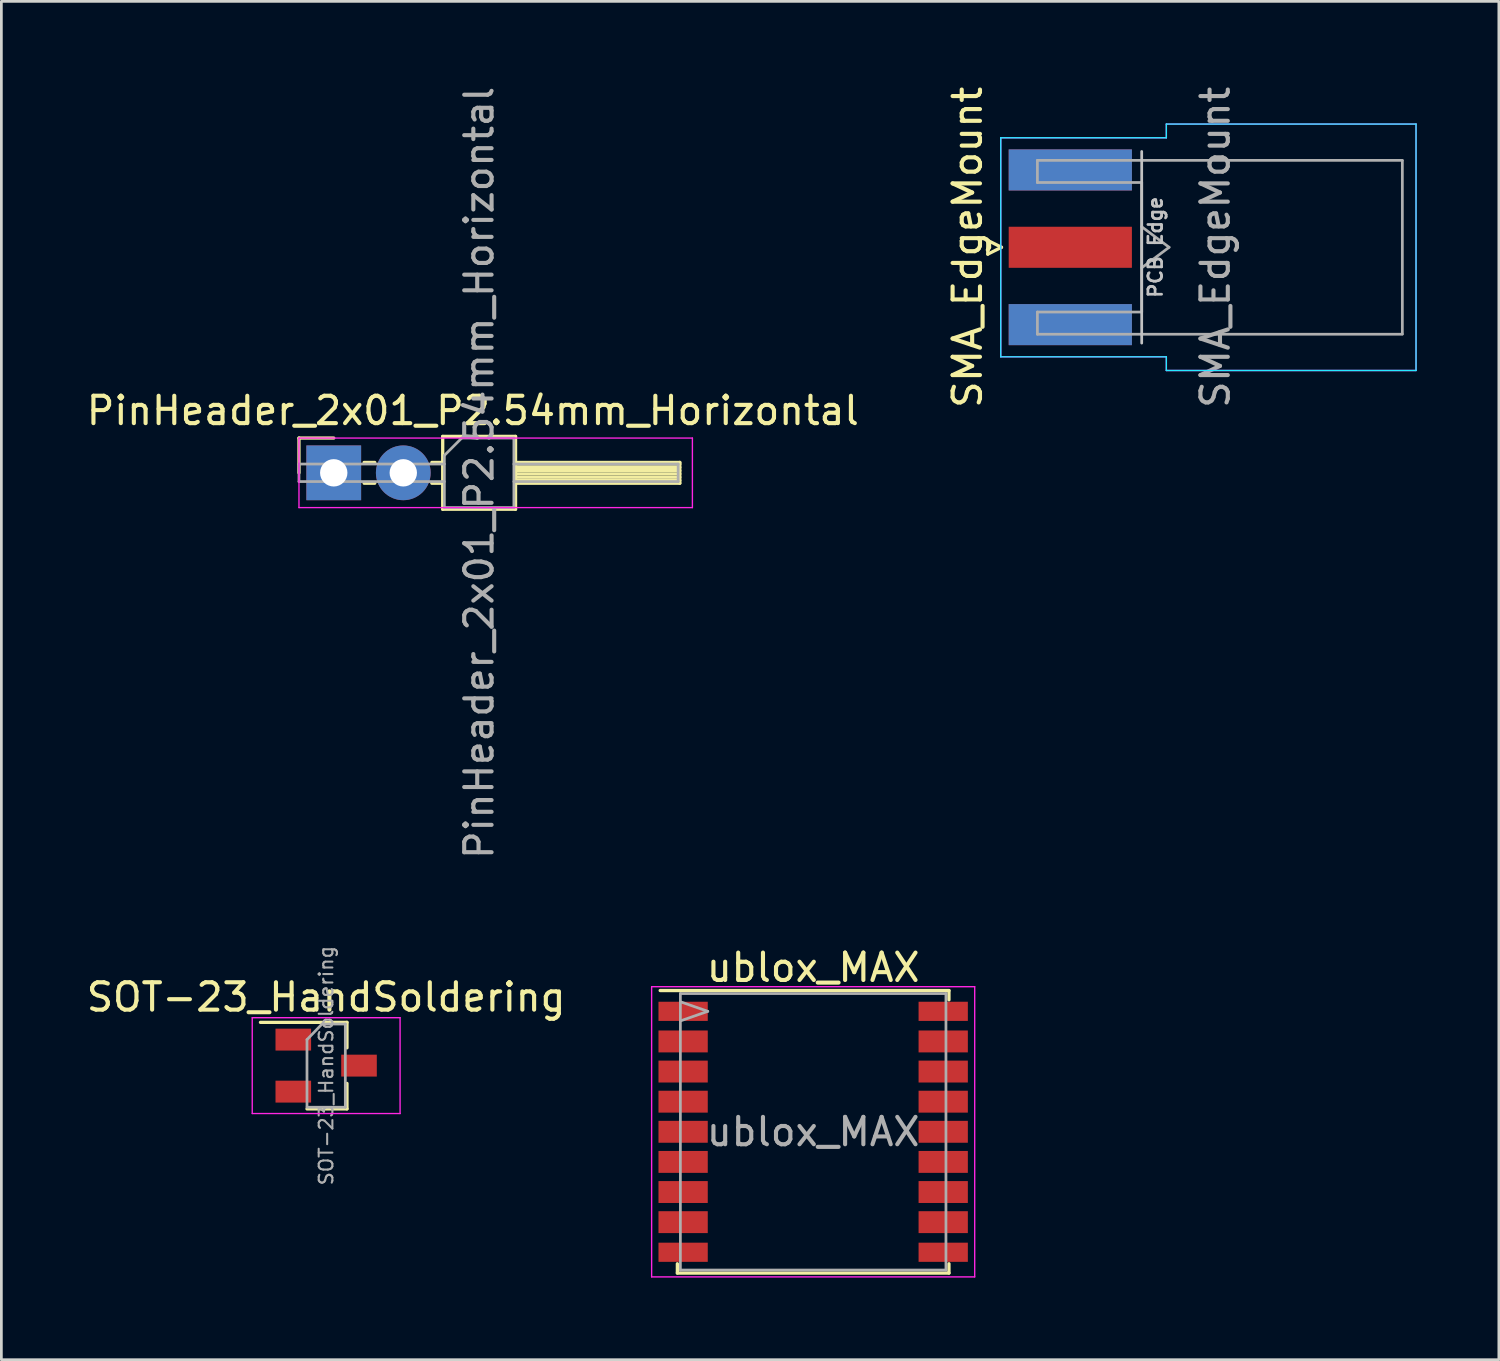
<source format=kicad_pcb>
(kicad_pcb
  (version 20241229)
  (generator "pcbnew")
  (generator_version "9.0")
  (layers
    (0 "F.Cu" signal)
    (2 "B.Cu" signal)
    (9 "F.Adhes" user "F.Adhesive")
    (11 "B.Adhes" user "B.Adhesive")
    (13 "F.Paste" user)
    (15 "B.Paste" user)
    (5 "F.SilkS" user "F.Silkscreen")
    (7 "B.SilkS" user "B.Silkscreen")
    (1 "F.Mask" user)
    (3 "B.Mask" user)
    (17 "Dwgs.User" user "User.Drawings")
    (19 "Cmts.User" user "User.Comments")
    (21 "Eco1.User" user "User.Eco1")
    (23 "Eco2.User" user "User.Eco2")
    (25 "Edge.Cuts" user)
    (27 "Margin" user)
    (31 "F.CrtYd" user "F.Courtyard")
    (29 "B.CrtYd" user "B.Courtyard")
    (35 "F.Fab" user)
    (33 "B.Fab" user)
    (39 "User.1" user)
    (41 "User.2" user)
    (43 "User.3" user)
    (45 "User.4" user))
  (footprint "SOT-23_HandSoldering"
    (layer "F.Cu")
    (at 8.863 35.872)
    (property "Reference" "SOT-23_HandSoldering" (at 0 -2.5 0) (layer "F.SilkS") (effects (font (size 1 1) (thickness 0.15))))
    (attr smd)
    (fp_line (start 0.76 -1.58) (end -2.4 -1.58) (stroke (width 0.12) (type solid)) (layer "F.SilkS"))
    (fp_line (start 0.76 -1.58) (end 0.76 -0.65) (stroke (width 0.12) (type solid)) (layer "F.SilkS"))
    (fp_line (start 0.76 1.58) (end -0.7 1.58) (stroke (width 0.12) (type solid)) (layer "F.SilkS"))
    (fp_line (start 0.76 1.58) (end 0.76 0.65) (stroke (width 0.12) (type solid)) (layer "F.SilkS"))
    (fp_line (start -2.7 -1.75) (end 2.7 -1.75) (stroke (width 0.05) (type solid)) (layer "F.CrtYd"))
    (fp_line (start -2.7 1.75) (end -2.7 -1.75) (stroke (width 0.05) (type solid)) (layer "F.CrtYd"))
    (fp_line (start 2.7 -1.75) (end 2.7 1.75) (stroke (width 0.05) (type solid)) (layer "F.CrtYd"))
    (fp_line (start 2.7 1.75) (end -2.7 1.75) (stroke (width 0.05) (type solid)) (layer "F.CrtYd"))
    (fp_line (start -0.7 -0.95) (end -0.7 1.5) (stroke (width 0.1) (type solid)) (layer "F.Fab"))
    (fp_line (start -0.7 -0.95) (end -0.15 -1.52) (stroke (width 0.1) (type solid)) (layer "F.Fab"))
    (fp_line (start -0.7 1.52) (end 0.7 1.52) (stroke (width 0.1) (type solid)) (layer "F.Fab"))
    (fp_line (start -0.15 -1.52) (end 0.7 -1.52) (stroke (width 0.1) (type solid)) (layer "F.Fab"))
    (fp_line (start 0.7 -1.52) (end 0.7 1.52) (stroke (width 0.1) (type solid)) (layer "F.Fab"))
    (fp_text user "${REFERENCE}" (at 0 0 90) (layer "F.Fab") (effects (font (size 0.5 0.5) (thickness 0.075))))
    (pad "1" smd rect (at -1.2 -0.95) (size 1.3 0.8) (layers "F.Cu" "F.Mask" "F.Paste"))
    (pad "2" smd rect (at -1.2 0.95) (size 1.3 0.8) (layers "F.Cu" "F.Mask" "F.Paste"))
    (pad "3" smd rect (at 1.2 0) (size 1.3 0.8) (layers "F.Cu" "F.Mask" "F.Paste")))
  (footprint "SMA_EdgeMount"
    (layer "F.Cu")
    (at 38.583 5.982)
    (property "Reference" "SMA_EdgeMount" (at -6.294 0 90) (layer "F.SilkS") (effects (font (size 1 1) (thickness 0.15))))
    (attr smd)
    (fp_line (start -5.554 -0.25) (end -5.554 0.25) (stroke (width 0.12) (type solid)) (layer "F.SilkS"))
    (fp_line (start -5.554 0.25) (end -5.054 0) (stroke (width 0.12) (type solid)) (layer "F.SilkS"))
    (fp_line (start -5.054 0) (end -5.554 -0.25) (stroke (width 0.12) (type solid)) (layer "F.SilkS"))
    (fp_line (start 0.068 -3.5) (end 0.068 3.5) (stroke (width 0.1) (type solid)) (layer "Dwgs.User"))
    (fp_line (start -5.08 4) (end -5.08 -4) (stroke (width 0.05) (type solid)) (layer "B.CrtYd"))
    (fp_line (start 0.968 -4.5) (end 0.968 -4) (stroke (width 0.05) (type solid)) (layer "B.CrtYd"))
    (fp_line (start 0.968 -4) (end -5.08 -4) (stroke (width 0.05) (type solid)) (layer "B.CrtYd"))
    (fp_line (start 0.968 4) (end -5.08 4) (stroke (width 0.05) (type solid)) (layer "B.CrtYd"))
    (fp_line (start 0.968 4.5) (end 0.968 4) (stroke (width 0.05) (type solid)) (layer "B.CrtYd"))
    (fp_line (start 10.088 -4.5) (end 0.968 -4.5) (stroke (width 0.05) (type solid)) (layer "B.CrtYd"))
    (fp_line (start 10.088 -4.5) (end 10.088 4.5) (stroke (width 0.05) (type solid)) (layer "B.CrtYd"))
    (fp_line (start 10.088 4.5) (end 0.968 4.5) (stroke (width 0.05) (type solid)) (layer "B.CrtYd"))
    (fp_line (start -5.08 4) (end -5.08 -4) (stroke (width 0.05) (type solid)) (layer "F.CrtYd"))
    (fp_line (start 0.968 -4.5) (end 0.968 -4) (stroke (width 0.05) (type solid)) (layer "F.CrtYd"))
    (fp_line (start 0.968 -4) (end -5.08 -4) (stroke (width 0.05) (type solid)) (layer "F.CrtYd"))
    (fp_line (start 0.968 4) (end -5.08 4) (stroke (width 0.05) (type solid)) (layer "F.CrtYd"))
    (fp_line (start 0.968 4.5) (end 0.968 4) (stroke (width 0.05) (type solid)) (layer "F.CrtYd"))
    (fp_line (start 10.088 -4.5) (end 0.968 -4.5) (stroke (width 0.05) (type solid)) (layer "F.CrtYd"))
    (fp_line (start 10.088 -4.5) (end 10.088 4.5) (stroke (width 0.05) (type solid)) (layer "F.CrtYd"))
    (fp_line (start 10.088 4.5) (end 0.968 4.5) (stroke (width 0.05) (type solid)) (layer "F.CrtYd"))
    (fp_line (start -3.742 -3.175) (end -3.742 -2.365) (stroke (width 0.1) (type solid)) (layer "F.Fab"))
    (fp_line (start -3.742 -3.175) (end 9.588 -3.175) (stroke (width 0.1) (type solid)) (layer "F.Fab"))
    (fp_line (start -3.742 -2.365) (end 0.068 -2.365) (stroke (width 0.1) (type solid)) (layer "F.Fab"))
    (fp_line (start -3.742 2.365) (end -3.742 3.175) (stroke (width 0.1) (type solid)) (layer "F.Fab"))
    (fp_line (start -3.742 3.175) (end 9.588 3.175) (stroke (width 0.1) (type solid)) (layer "F.Fab"))
    (fp_line (start 0.068 -2.365) (end 0.068 2.365) (stroke (width 0.1) (type solid)) (layer "F.Fab"))
    (fp_line (start 0.068 -0.75) (end 1.068 0) (stroke (width 0.1) (type solid)) (layer "F.Fab"))
    (fp_line (start 0.068 2.365) (end -3.742 2.365) (stroke (width 0.1) (type solid)) (layer "F.Fab"))
    (fp_line (start 1.068 0) (end 0.068 0.75) (stroke (width 0.1) (type solid)) (layer "F.Fab"))
    (fp_line (start 9.588 -3.165) (end 9.588 3.165) (stroke (width 0.1) (type solid)) (layer "F.Fab"))
    (fp_text user "PCB Edge" (at 0.568 0 90) (layer "Dwgs.User") (effects (font (size 0.5 0.5) (thickness 0.1))))
    (fp_text user "${REFERENCE}" (at 2.758 0 270) (layer "F.Fab") (effects (font (size 1 1) (thickness 0.15))))
    (pad "1" smd rect (at -2.54 0 90) (size 1.5 4.5) (layers "F.Cu" "F.Mask" "F.Paste"))
    (pad "2" smd rect (at -2.54 -2.825 90) (size 1.5 4.5) (layers "F.Cu" "F.Mask" "F.Paste"))
    (pad "2" smd rect (at -2.54 -2.825 90) (size 1.5 4.5) (layers "B.Cu" "B.Mask" "B.Paste"))
    (pad "2" smd rect (at -2.54 2.825 90) (size 1.5 4.5) (layers "F.Cu" "F.Mask" "F.Paste"))
    (pad "2" smd rect (at -2.54 2.825 90) (size 1.5 4.5) (layers "B.Cu" "B.Mask" "B.Paste")))
  (footprint "PinHeader_2x01_P2.54mm_Horizontal"
    (layer "F.Cu")
    (at 6.6 14.22)
    (property "Reference" "PinHeader_2x01_P2.54mm_Horizontal" (at 7.62 -2.27 0) (layer "F.SilkS") (effects (font (size 1 1) (thickness 0.15))))
    (attr through_hole)
    (fp_line (start 1.27 -1.27) (end 2.54 -1.27) (stroke (width 0.12) (type solid)) (layer "F.SilkS"))
    (fp_line (start 1.27 0) (end 1.27 -1.27) (stroke (width 0.12) (type solid)) (layer "F.SilkS"))
    (fp_line (start 3.65 -0.38) (end 4.037 -0.38) (stroke (width 0.12) (type solid)) (layer "F.SilkS"))
    (fp_line (start 3.65 0.38) (end 4.037 0.38) (stroke (width 0.12) (type solid)) (layer "F.SilkS"))
    (fp_line (start 6.123 -0.38) (end 6.52 -0.38) (stroke (width 0.12) (type solid)) (layer "F.SilkS"))
    (fp_line (start 6.123 0.38) (end 6.52 0.38) (stroke (width 0.12) (type solid)) (layer "F.SilkS"))
    (fp_line (start 6.52 -1.33) (end 6.52 1.33) (stroke (width 0.12) (type solid)) (layer "F.SilkS"))
    (fp_line (start 6.52 1.33) (end 9.18 1.33) (stroke (width 0.12) (type solid)) (layer "F.SilkS"))
    (fp_line (start 9.18 -1.33) (end 6.52 -1.33) (stroke (width 0.12) (type solid)) (layer "F.SilkS"))
    (fp_line (start 9.18 -0.38) (end 15.18 -0.38) (stroke (width 0.12) (type solid)) (layer "F.SilkS"))
    (fp_line (start 9.18 -0.32) (end 15.18 -0.32) (stroke (width 0.12) (type solid)) (layer "F.SilkS"))
    (fp_line (start 9.18 -0.2) (end 15.18 -0.2) (stroke (width 0.12) (type solid)) (layer "F.SilkS"))
    (fp_line (start 9.18 -0.08) (end 15.18 -0.08) (stroke (width 0.12) (type solid)) (layer "F.SilkS"))
    (fp_line (start 9.18 0.04) (end 15.18 0.04) (stroke (width 0.12) (type solid)) (layer "F.SilkS"))
    (fp_line (start 9.18 0.16) (end 15.18 0.16) (stroke (width 0.12) (type solid)) (layer "F.SilkS"))
    (fp_line (start 9.18 0.28) (end 15.18 0.28) (stroke (width 0.12) (type solid)) (layer "F.SilkS"))
    (fp_line (start 9.18 1.33) (end 9.18 -1.33) (stroke (width 0.12) (type solid)) (layer "F.SilkS"))
    (fp_line (start 15.18 -0.38) (end 15.18 0.38) (stroke (width 0.12) (type solid)) (layer "F.SilkS"))
    (fp_line (start 15.18 0.38) (end 9.18 0.38) (stroke (width 0.12) (type solid)) (layer "F.SilkS"))
    (fp_line (start 1.27 -1.27) (end 1.27 1.27) (stroke (width 0.05) (type solid)) (layer "F.CrtYd"))
    (fp_line (start 1.27 1.27) (end 15.64 1.27) (stroke (width 0.05) (type solid)) (layer "F.CrtYd"))
    (fp_line (start 15.64 -1.27) (end 1.27 -1.27) (stroke (width 0.05) (type solid)) (layer "F.CrtYd"))
    (fp_line (start 15.64 1.27) (end 15.64 -1.27) (stroke (width 0.05) (type solid)) (layer "F.CrtYd"))
    (fp_line (start 1.27 -0.32) (end 1.27 0.32) (stroke (width 0.1) (type solid)) (layer "F.Fab"))
    (fp_line (start 1.27 -0.32) (end 6.58 -0.32) (stroke (width 0.1) (type solid)) (layer "F.Fab"))
    (fp_line (start 1.27 0.32) (end 6.58 0.32) (stroke (width 0.1) (type solid)) (layer "F.Fab"))
    (fp_line (start 6.58 -0.635) (end 7.215 -1.27) (stroke (width 0.1) (type solid)) (layer "F.Fab"))
    (fp_line (start 6.58 1.27) (end 6.58 -0.635) (stroke (width 0.1) (type solid)) (layer "F.Fab"))
    (fp_line (start 7.215 -1.27) (end 9.12 -1.27) (stroke (width 0.1) (type solid)) (layer "F.Fab"))
    (fp_line (start 9.12 -1.27) (end 9.12 1.27) (stroke (width 0.1) (type solid)) (layer "F.Fab"))
    (fp_line (start 9.12 -0.32) (end 15.12 -0.32) (stroke (width 0.1) (type solid)) (layer "F.Fab"))
    (fp_line (start 9.12 0.32) (end 15.12 0.32) (stroke (width 0.1) (type solid)) (layer "F.Fab"))
    (fp_line (start 9.12 1.27) (end 6.58 1.27) (stroke (width 0.1) (type solid)) (layer "F.Fab"))
    (fp_line (start 15.12 -0.32) (end 15.12 0.32) (stroke (width 0.1) (type solid)) (layer "F.Fab"))
    (fp_text user "${REFERENCE}" (at 7.85 0 90) (layer "F.Fab") (effects (font (size 1 1) (thickness 0.15))))
    (pad "1" thru_hole rect (at 2.54 0) (size 2 2) (drill 1) (layers "*.Cu" "*.Mask"))
    (pad "2" thru_hole circle (at 5.08 0) (size 2 2) (drill 1) (layers "*.Cu" "*.Mask")))
  (footprint "ublox_MAX"
    (layer "F.Cu")
    (at 26.651 38.289)
    (property "Reference" "ublox_MAX" (at 0 -6 0) (layer "F.SilkS") (effects (font (size 1 1) (thickness 0.15))))
    (attr smd)
    (fp_line (start -5.588 -5.16) (end 4.96 -5.16) (stroke (width 0.12) (type solid)) (layer "F.SilkS"))
    (fp_line (start -4.96 4.82) (end -4.96 5.16) (stroke (width 0.12) (type solid)) (layer "F.SilkS"))
    (fp_line (start -4.96 5.16) (end 4.96 5.16) (stroke (width 0.12) (type solid)) (layer "F.SilkS"))
    (fp_line (start 4.96 -5.16) (end 4.96 -4.82) (stroke (width 0.12) (type solid)) (layer "F.SilkS"))
    (fp_line (start 4.96 4.82) (end 4.96 5.16) (stroke (width 0.12) (type solid)) (layer "F.SilkS"))
    (fp_line (start -5.9 -5.3) (end -5.9 5.3) (stroke (width 0.05) (type solid)) (layer "F.CrtYd"))
    (fp_line (start -5.9 -5.3) (end 5.9 -5.3) (stroke (width 0.05) (type solid)) (layer "F.CrtYd"))
    (fp_line (start -5.9 5.3) (end 5.9 5.3) (stroke (width 0.05) (type solid)) (layer "F.CrtYd"))
    (fp_line (start 5.9 -5.3) (end 5.9 5.3) (stroke (width 0.05) (type solid)) (layer "F.CrtYd"))
    (fp_line (start -4.85 -5.05) (end -4.85 5.05) (stroke (width 0.1) (type solid)) (layer "F.Fab"))
    (fp_line (start -4.85 -5.05) (end 4.85 -5.05) (stroke (width 0.1) (type solid)) (layer "F.Fab"))
    (fp_line (start -4.85 -4.75) (end -3.85 -4.4) (stroke (width 0.1) (type solid)) (layer "F.Fab"))
    (fp_line (start -4.85 5.05) (end 4.85 5.05) (stroke (width 0.1) (type solid)) (layer "F.Fab"))
    (fp_line (start -3.85 -4.4) (end -4.85 -4.05) (stroke (width 0.1) (type solid)) (layer "F.Fab"))
    (fp_line (start 4.85 -5.05) (end 4.85 5.05) (stroke (width 0.1) (type solid)) (layer "F.Fab"))
    (fp_text user "${REFERENCE}" (at 0 0 0) (layer "F.Fab") (effects (font (size 1 1) (thickness 0.15))))
    (pad "1" smd rect (at -4.75 -4.4) (size 1.8 0.7) (layers "F.Cu" "F.Mask" "F.Paste"))
    (pad "2" smd rect (at -4.75 -3.3) (size 1.8 0.8) (layers "F.Cu" "F.Mask" "F.Paste"))
    (pad "3" smd rect (at -4.75 -2.2) (size 1.8 0.8) (layers "F.Cu" "F.Mask" "F.Paste"))
    (pad "4" smd rect (at -4.75 -1.1) (size 1.8 0.8) (layers "F.Cu" "F.Mask" "F.Paste"))
    (pad "5" smd rect (at -4.75 0) (size 1.8 0.8) (layers "F.Cu" "F.Mask" "F.Paste"))
    (pad "6" smd rect (at -4.75 1.1) (size 1.8 0.8) (layers "F.Cu" "F.Mask" "F.Paste"))
    (pad "7" smd rect (at -4.75 2.2) (size 1.8 0.8) (layers "F.Cu" "F.Mask" "F.Paste"))
    (pad "8" smd rect (at -4.75 3.3) (size 1.8 0.8) (layers "F.Cu" "F.Mask" "F.Paste"))
    (pad "9" smd rect (at -4.75 4.4) (size 1.8 0.7) (layers "F.Cu" "F.Mask" "F.Paste"))
    (pad "10" smd rect (at 4.75 4.4) (size 1.8 0.7) (layers "F.Cu" "F.Mask" "F.Paste"))
    (pad "11" smd rect (at 4.75 3.3) (size 1.8 0.8) (layers "F.Cu" "F.Mask" "F.Paste"))
    (pad "12" smd rect (at 4.75 2.2) (size 1.8 0.8) (layers "F.Cu" "F.Mask" "F.Paste"))
    (pad "13" smd rect (at 4.75 1.1) (size 1.8 0.8) (layers "F.Cu" "F.Mask" "F.Paste"))
    (pad "14" smd rect (at 4.75 0) (size 1.8 0.8) (layers "F.Cu" "F.Mask" "F.Paste"))
    (pad "15" smd rect (at 4.75 -1.1) (size 1.8 0.8) (layers "F.Cu" "F.Mask" "F.Paste"))
    (pad "16" smd rect (at 4.75 -2.2) (size 1.8 0.8) (layers "F.Cu" "F.Mask" "F.Paste"))
    (pad "17" smd rect (at 4.75 -3.3) (size 1.8 0.8) (layers "F.Cu" "F.Mask" "F.Paste"))
    (pad "18" smd rect (at 4.75 -4.4) (size 1.8 0.7) (layers "F.Cu" "F.Mask" "F.Paste")))
  (gr_rect
    (start -3 -3)
    (end 51.696 46.614)
    (stroke (width 0.1) (type default))
    (fill no)
    (layer "Edge.Cuts")))
</source>
